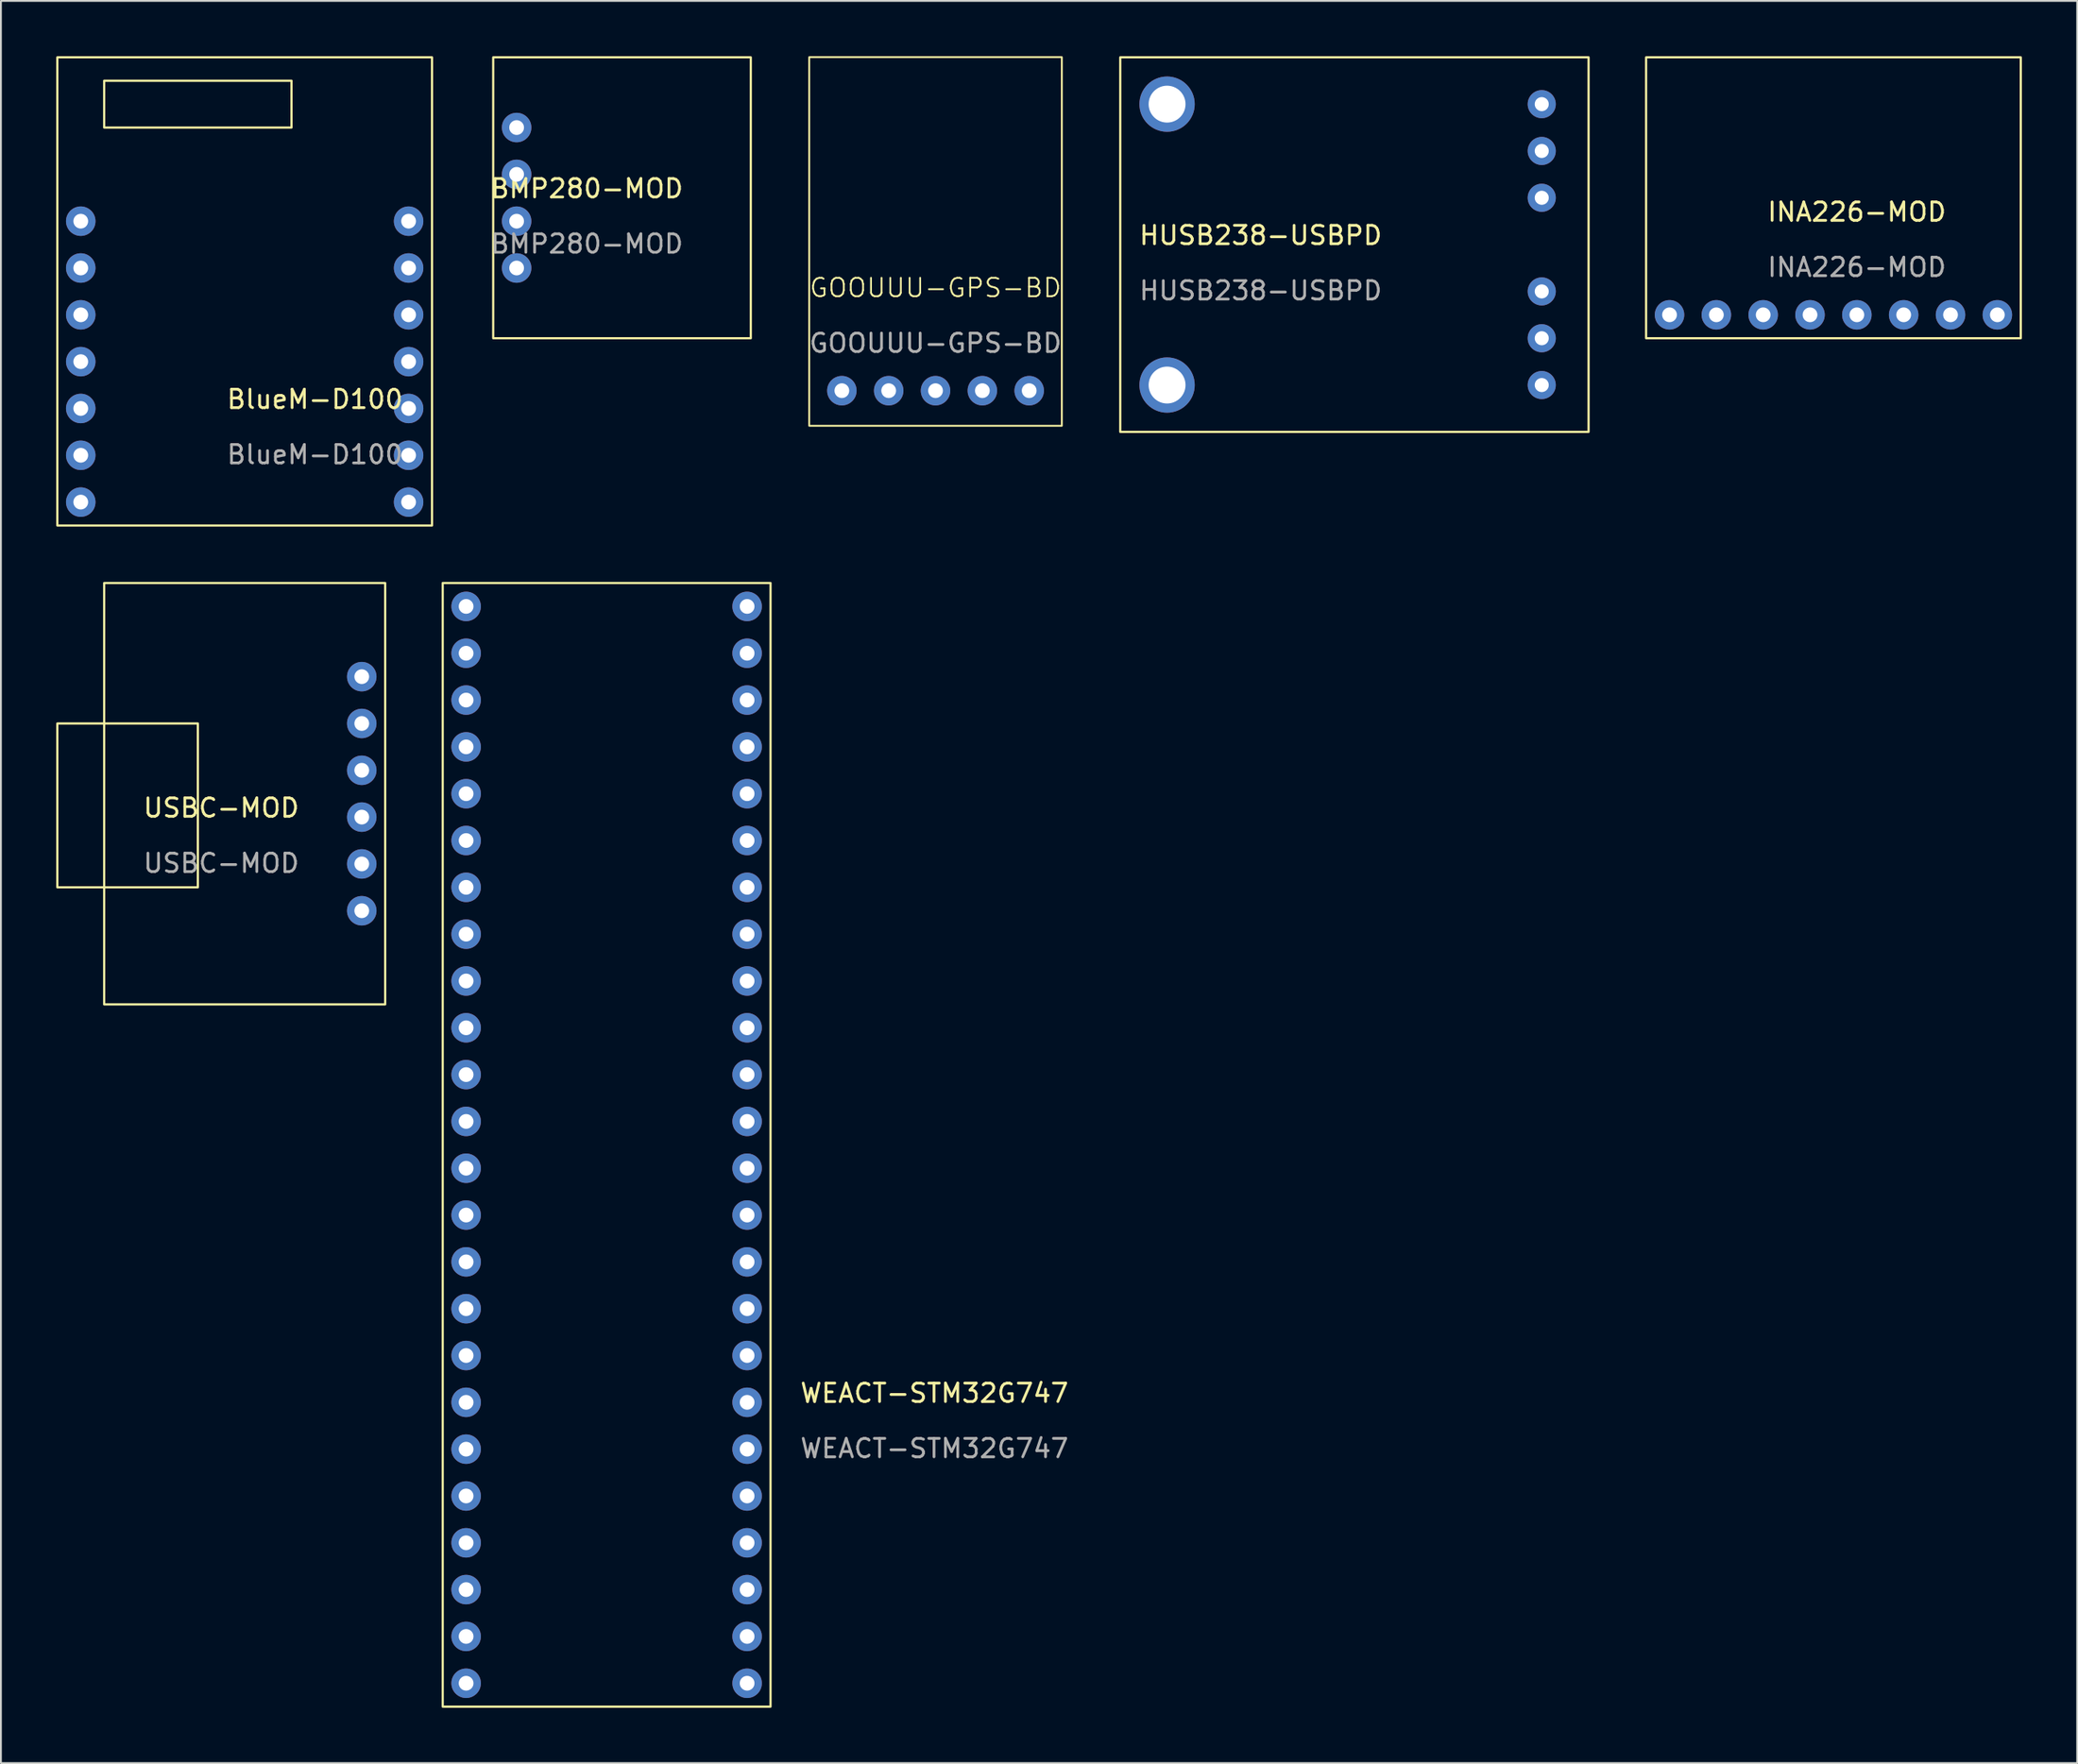
<source format=kicad_pcb>
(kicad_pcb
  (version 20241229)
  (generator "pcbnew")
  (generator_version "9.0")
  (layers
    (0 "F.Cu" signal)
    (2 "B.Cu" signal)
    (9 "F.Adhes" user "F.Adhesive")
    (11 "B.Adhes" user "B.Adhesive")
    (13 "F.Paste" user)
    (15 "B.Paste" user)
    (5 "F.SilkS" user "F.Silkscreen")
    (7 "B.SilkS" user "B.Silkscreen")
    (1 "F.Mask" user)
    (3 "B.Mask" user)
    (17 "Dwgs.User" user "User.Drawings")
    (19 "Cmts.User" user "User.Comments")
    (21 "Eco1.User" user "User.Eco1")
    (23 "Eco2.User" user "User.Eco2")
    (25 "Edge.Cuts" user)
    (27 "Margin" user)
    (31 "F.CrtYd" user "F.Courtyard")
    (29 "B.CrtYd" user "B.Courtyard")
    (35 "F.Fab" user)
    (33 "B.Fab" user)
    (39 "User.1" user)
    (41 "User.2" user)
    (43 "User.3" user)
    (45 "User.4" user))
  (footprint "HUSB238-USBPD"
    (layer "F.Cu")
    (at 70.406 10.22)
    (property "Reference" "HUSB238-USBPD" (at -5.08 -0.5 0) (unlocked yes) (layer "F.SilkS") (effects (font (size 1 1) (thickness 0.15))))
    (attr through_hole)
    (fp_rect (start 12.7 -10.16) (end -12.7 10.16) (stroke (width 0.12) (type solid)) (fill no) (layer "F.SilkS"))
    (fp_text user "${REFERENCE}" (at -5.08 2.5 0) (unlocked yes) (layer "F.Fab") (effects (font (size 1 1) (thickness 0.15))))
    (pad "1" thru_hole circle (at 10.16 7.62) (size 1.524 1.524) (drill 0.762) (layers "*.Cu" "*.Mask"))
    (pad "2" thru_hole circle (at 10.16 5.08) (size 1.524 1.524) (drill 0.762) (layers "*.Cu" "*.Mask"))
    (pad "3" thru_hole circle (at 10.16 2.54) (size 1.524 1.524) (drill 0.762) (layers "*.Cu" "*.Mask"))
    (pad "4" thru_hole circle (at 10.16 -2.54) (size 1.524 1.524) (drill 0.762) (layers "*.Cu" "*.Mask"))
    (pad "5" thru_hole circle (at 10.16 -5.08) (size 1.524 1.524) (drill 0.762) (layers "*.Cu" "*.Mask"))
    (pad "6" thru_hole circle (at 10.16 -7.62) (size 1.524 1.524) (drill 0.762) (layers "*.Cu" "*.Mask"))
    (pad "7" thru_hole circle (at -10.16 -7.62) (size 3 3) (drill 2) (layers "*.Cu"))
    (pad "8" thru_hole circle (at -10.16 7.62) (size 3 3) (drill 2) (layers "*.Cu")))
  (footprint "BMP280-MOD"
    (layer "F.Cu")
    (at 28.779 7.68)
    (property "Reference" "BMP280-MOD" (at 0 -0.5 0) (unlocked yes) (layer "F.SilkS") (effects (font (size 1 1) (thickness 0.15))))
    (attr through_hole)
    (fp_rect (start -5.08 -7.62) (end 8.89 7.62) (stroke (width 0.12) (type solid)) (fill no) (layer "F.SilkS"))
    (fp_text user "${REFERENCE}" (at 0 2.5 0) (unlocked yes) (layer "F.Fab") (effects (font (size 1 1) (thickness 0.15))))
    (pad "1" thru_hole circle (at -3.81 -3.81) (size 1.6 1.6) (drill 0.8) (layers "*.Cu"))
    (pad "2" thru_hole circle (at -3.81 -1.27) (size 1.6 1.6) (drill 0.8) (layers "*.Cu"))
    (pad "3" thru_hole circle (at -3.81 1.27) (size 1.6 1.6) (drill 0.8) (layers "*.Cu"))
    (pad "4" thru_hole circle (at -3.81 3.81) (size 1.6 1.6) (drill 0.8) (layers "*.Cu")))
  (footprint "WEACT-STM32G747"
    (layer "F.Cu")
    (at 29.85 57.79)
    (property "Reference" "WEACT-STM32G747" (at 17.78 14.74 0) (unlocked yes) (layer "F.SilkS") (effects (font (size 1 1) (thickness 0.15))))
    (attr through_hole)
    (fp_rect (start -8.89 -29.21) (end 8.89 31.75) (stroke (width 0.12) (type solid)) (fill no) (layer "F.SilkS"))
    (fp_text user "${REFERENCE}" (at 17.78 17.74 0) (unlocked yes) (layer "F.Fab") (effects (font (size 1 1) (thickness 0.15))))
    (pad "1" thru_hole circle (at 7.62 -27.94) (size 1.6 1.6) (drill 0.8) (layers "*.Cu"))
    (pad "2" thru_hole circle (at 7.62 -25.4) (size 1.6 1.6) (drill 0.8) (layers "*.Cu"))
    (pad "3" thru_hole circle (at 7.62 -22.86) (size 1.6 1.6) (drill 0.8) (layers "*.Cu"))
    (pad "4" thru_hole circle (at 7.62 -20.32) (size 1.6 1.6) (drill 0.8) (layers "*.Cu"))
    (pad "5" thru_hole circle (at 7.62 -17.78) (size 1.6 1.6) (drill 0.8) (layers "*.Cu"))
    (pad "6" thru_hole circle (at 7.62 -15.24) (size 1.6 1.6) (drill 0.8) (layers "*.Cu"))
    (pad "7" thru_hole circle (at 7.62 -12.7) (size 1.6 1.6) (drill 0.8) (layers "*.Cu"))
    (pad "8" thru_hole circle (at 7.62 -10.16) (size 1.6 1.6) (drill 0.8) (layers "*.Cu"))
    (pad "9" thru_hole circle (at 7.62 -7.62) (size 1.6 1.6) (drill 0.8) (layers "*.Cu"))
    (pad "10" thru_hole circle (at 7.62 -5.08) (size 1.6 1.6) (drill 0.8) (layers "*.Cu"))
    (pad "11" thru_hole circle (at 7.62 -2.54) (size 1.6 1.6) (drill 0.8) (layers "*.Cu"))
    (pad "12" thru_hole circle (at 7.62 0) (size 1.6 1.6) (drill 0.8) (layers "*.Cu"))
    (pad "13" thru_hole circle (at 7.62 2.54) (size 1.6 1.6) (drill 0.8) (layers "*.Cu"))
    (pad "14" thru_hole circle (at 7.62 5.08) (size 1.6 1.6) (drill 0.8) (layers "*.Cu"))
    (pad "15" thru_hole circle (at 7.62 7.62) (size 1.6 1.6) (drill 0.8) (layers "*.Cu"))
    (pad "16" thru_hole circle (at 7.62 10.16) (size 1.6 1.6) (drill 0.8) (layers "*.Cu"))
    (pad "17" thru_hole circle (at 7.62 12.7) (size 1.6 1.6) (drill 0.8) (layers "*.Cu"))
    (pad "18" thru_hole circle (at 7.62 15.24) (size 1.6 1.6) (drill 0.8) (layers "*.Cu"))
    (pad "19" thru_hole circle (at 7.62 17.78) (size 1.6 1.6) (drill 0.8) (layers "*.Cu"))
    (pad "20" thru_hole circle (at 7.62 20.32) (size 1.6 1.6) (drill 0.8) (layers "*.Cu"))
    (pad "21" thru_hole circle (at -7.62 -27.94) (size 1.6 1.6) (drill 0.8) (layers "*.Cu"))
    (pad "22" thru_hole circle (at -7.62 -25.4) (size 1.6 1.6) (drill 0.8) (layers "*.Cu"))
    (pad "23" thru_hole circle (at -7.62 -22.86) (size 1.6 1.6) (drill 0.8) (layers "*.Cu"))
    (pad "24" thru_hole circle (at -7.62 -20.32) (size 1.6 1.6) (drill 0.8) (layers "*.Cu"))
    (pad "25" thru_hole circle (at -7.62 -17.78) (size 1.6 1.6) (drill 0.8) (layers "*.Cu"))
    (pad "26" thru_hole circle (at -7.62 -15.24) (size 1.6 1.6) (drill 0.8) (layers "*.Cu"))
    (pad "27" thru_hole circle (at -7.62 -12.7) (size 1.6 1.6) (drill 0.8) (layers "*.Cu"))
    (pad "28" thru_hole circle (at -7.62 -10.16) (size 1.6 1.6) (drill 0.8) (layers "*.Cu"))
    (pad "29" thru_hole circle (at -7.62 -7.62) (size 1.6 1.6) (drill 0.8) (layers "*.Cu"))
    (pad "30" thru_hole circle (at -7.62 -5.08) (size 1.6 1.6) (drill 0.8) (layers "*.Cu"))
    (pad "31" thru_hole circle (at -7.62 -2.54) (size 1.6 1.6) (drill 0.8) (layers "*.Cu"))
    (pad "32" thru_hole circle (at -7.62 0) (size 1.6 1.6) (drill 0.8) (layers "*.Cu"))
    (pad "33" thru_hole circle (at -7.62 2.54) (size 1.6 1.6) (drill 0.8) (layers "*.Cu"))
    (pad "34" thru_hole circle (at -7.62 5.08) (size 1.6 1.6) (drill 0.8) (layers "*.Cu"))
    (pad "35" thru_hole circle (at -7.62 7.62) (size 1.6 1.6) (drill 0.8) (layers "*.Cu"))
    (pad "36" thru_hole circle (at -7.62 10.16) (size 1.6 1.6) (drill 0.8) (layers "*.Cu"))
    (pad "37" thru_hole circle (at -7.62 12.7) (size 1.6 1.6) (drill 0.8) (layers "*.Cu"))
    (pad "38" thru_hole circle (at -7.62 15.24) (size 1.6 1.6) (drill 0.8) (layers "*.Cu"))
    (pad "39" thru_hole circle (at -7.62 17.78) (size 1.6 1.6) (drill 0.8) (layers "*.Cu"))
    (pad "40" thru_hole circle (at -7.62 20.32) (size 1.6 1.6) (drill 0.8) (layers "*.Cu"))
    (pad "41" thru_hole circle (at 7.62 30.48) (size 1.6 1.6) (drill 0.8) (layers "*.Cu"))
    (pad "42" thru_hole circle (at 7.62 27.94) (size 1.6 1.6) (drill 0.8) (layers "*.Cu"))
    (pad "43" thru_hole circle (at 7.62 25.4) (size 1.6 1.6) (drill 0.8) (layers "*.Cu"))
    (pad "44" thru_hole circle (at 7.62 22.86) (size 1.6 1.6) (drill 0.8) (layers "*.Cu"))
    (pad "45" thru_hole circle (at -7.62 30.48) (size 1.6 1.6) (drill 0.8) (layers "*.Cu"))
    (pad "46" thru_hole circle (at -7.62 27.94) (size 1.6 1.6) (drill 0.8) (layers "*.Cu"))
    (pad "47" thru_hole circle (at -7.62 25.4) (size 1.6 1.6) (drill 0.8) (layers "*.Cu"))
    (pad "48" thru_hole circle (at -7.62 22.86) (size 1.6 1.6) (drill 0.8) (layers "*.Cu")))
  (footprint "BlueM-D100"
    (layer "F.Cu")
    (at 10.22 15.3)
    (property "Reference" "BlueM-D100" (at 3.81 3.31 0) (unlocked yes) (layer "F.SilkS") (effects (font (size 1 1) (thickness 0.15))))
    (attr through_hole)
    (fp_rect (start -10.16 10.16) (end 10.16 -15.24) (stroke (width 0.12) (type solid)) (fill no) (layer "F.SilkS"))
    (fp_rect (start -7.62 -13.97) (end 2.54 -11.43) (stroke (width 0.12) (type solid)) (fill no) (layer "F.SilkS"))
    (fp_text user "${REFERENCE}" (at 3.81 6.31 0) (unlocked yes) (layer "F.Fab") (effects (font (size 1 1) (thickness 0.15))))
    (pad "1" thru_hole circle (at -8.89 -6.35) (size 1.6 1.6) (drill 0.8) (layers "*.Cu"))
    (pad "2" thru_hole circle (at -8.89 -3.81) (size 1.6 1.6) (drill 0.8) (layers "*.Cu"))
    (pad "3" thru_hole circle (at -8.89 -1.27) (size 1.6 1.6) (drill 0.8) (layers "*.Cu"))
    (pad "4" thru_hole circle (at -8.89 1.27) (size 1.6 1.6) (drill 0.8) (layers "*.Cu"))
    (pad "5" thru_hole circle (at -8.89 3.81) (size 1.6 1.6) (drill 0.8) (layers "*.Cu"))
    (pad "6" thru_hole circle (at -8.89 6.35) (size 1.6 1.6) (drill 0.8) (layers "*.Cu"))
    (pad "7" thru_hole circle (at -8.89 8.89) (size 1.6 1.6) (drill 0.8) (layers "*.Cu"))
    (pad "8" thru_hole circle (at 8.89 8.89) (size 1.6 1.6) (drill 0.8) (layers "*.Cu"))
    (pad "9" thru_hole circle (at 8.89 6.35) (size 1.6 1.6) (drill 0.8) (layers "*.Cu"))
    (pad "10" thru_hole circle (at 8.89 3.81) (size 1.6 1.6) (drill 0.8) (layers "*.Cu"))
    (pad "11" thru_hole circle (at 8.89 1.27) (size 1.6 1.6) (drill 0.8) (layers "*.Cu"))
    (pad "12" thru_hole circle (at 8.89 -1.27) (size 1.6 1.6) (drill 0.8) (layers "*.Cu"))
    (pad "13" thru_hole circle (at 8.89 -3.81) (size 1.6 1.6) (drill 0.8) (layers "*.Cu"))
    (pad "14" thru_hole circle (at 8.89 -6.35) (size 1.6 1.6) (drill 0.8) (layers "*.Cu")))
  (footprint "USBC-MOD"
    (layer "F.Cu")
    (at 10.22 40.01)
    (property "Reference" "USBC-MOD" (at -1.27 0.77 0) (unlocked yes) (layer "F.SilkS") (effects (font (size 1 1) (thickness 0.15))))
    (attr through_hole)
    (fp_rect (start -10.16 -3.81) (end -2.54 5.08) (stroke (width 0.12) (type solid)) (fill no) (layer "F.SilkS"))
    (fp_rect (start 7.62 -11.43) (end -7.62 11.43) (stroke (width 0.12) (type solid)) (fill no) (layer "F.SilkS"))
    (fp_text user "${REFERENCE}" (at -1.27 3.77 0) (unlocked yes) (layer "F.Fab") (effects (font (size 1 1) (thickness 0.15))))
    (pad "1" thru_hole circle (at 6.35 -6.35) (size 1.6 1.6) (drill 0.8) (layers "*.Cu"))
    (pad "2" thru_hole circle (at 6.35 -3.81) (size 1.6 1.6) (drill 0.8) (layers "*.Cu"))
    (pad "3" thru_hole circle (at 6.35 -1.27) (size 1.6 1.6) (drill 0.8) (layers "*.Cu"))
    (pad "4" thru_hole circle (at 6.35 1.27) (size 1.6 1.6) (drill 0.8) (layers "*.Cu"))
    (pad "5" thru_hole circle (at 6.35 3.81) (size 1.6 1.6) (drill 0.8) (layers "*.Cu"))
    (pad "6" thru_hole circle (at 6.35 6.35) (size 1.6 1.6) (drill 0.8) (layers "*.Cu")))
  (footprint "GOOUUU-GPS-BD"
    (layer "F.Cu")
    (at 47.688 13.065)
    (property "Reference" "GOOUUU-GPS-BD" (at 0 -0.5 0) (unlocked yes) (layer "F.SilkS") (effects (font (size 1 1) (thickness 0.1))))
    (attr through_hole)
    (fp_rect (start -6.85 -13.015) (end 6.85 6.985) (stroke (width 0.1) (type solid)) (fill no) (layer "F.SilkS"))
    (fp_text user "${REFERENCE}" (at 0 2.5 0) (unlocked yes) (layer "F.Fab") (effects (font (size 1 1) (thickness 0.15))))
    (pad "1" thru_hole circle (at -5.08 5.08) (size 1.6 1.6) (drill 0.8) (layers "*.Cu" "*.Mask"))
    (pad "2" thru_hole circle (at -2.54 5.08) (size 1.6 1.6) (drill 0.8) (layers "*.Cu" "*.Mask"))
    (pad "3" thru_hole circle (at 0 5.08) (size 1.6 1.6) (drill 0.8) (layers "*.Cu" "*.Mask"))
    (pad "4" thru_hole circle (at 2.54 5.08) (size 1.6 1.6) (drill 0.8) (layers "*.Cu" "*.Mask"))
    (pad "5" thru_hole circle (at 5.08 5.08) (size 1.6 1.6) (drill 0.8) (layers "*.Cu" "*.Mask")))
  (footprint "INA226-MOD"
    (layer "F.Cu")
    (at 96.386 7.68)
    (property "Reference" "INA226-MOD" (at 1.27 0.77 0) (unlocked yes) (layer "F.SilkS") (effects (font (size 1 1) (thickness 0.15))))
    (attr through_hole)
    (fp_rect (start -10.16 7.62) (end 10.16 -7.62) (stroke (width 0.12) (type solid)) (fill no) (layer "F.SilkS"))
    (fp_text user "${REFERENCE}" (at 1.27 3.77 0) (unlocked yes) (layer "F.Fab") (effects (font (size 1 1) (thickness 0.15))))
    (pad "1" thru_hole circle (at -8.89 6.35) (size 1.6 1.6) (drill 0.8) (layers "*.Cu"))
    (pad "2" thru_hole circle (at -6.35 6.35) (size 1.6 1.6) (drill 0.8) (layers "*.Cu"))
    (pad "3" thru_hole circle (at -3.81 6.35) (size 1.6 1.6) (drill 0.8) (layers "*.Cu"))
    (pad "4" thru_hole circle (at -1.27 6.35) (size 1.6 1.6) (drill 0.8) (layers "*.Cu"))
    (pad "5" thru_hole circle (at 1.27 6.35) (size 1.6 1.6) (drill 0.8) (layers "*.Cu"))
    (pad "6" thru_hole circle (at 3.81 6.35) (size 1.6 1.6) (drill 0.8) (layers "*.Cu"))
    (pad "7" thru_hole circle (at 6.35 6.35) (size 1.6 1.6) (drill 0.8) (layers "*.Cu"))
    (pad "8" thru_hole circle (at 8.89 6.35) (size 1.6 1.6) (drill 0.8) (layers "*.Cu")))
  (gr_rect
    (start -3 -3)
    (end 109.606 92.6)
    (stroke (width 0.1) (type default))
    (fill no)
    (layer "Edge.Cuts")))
</source>
